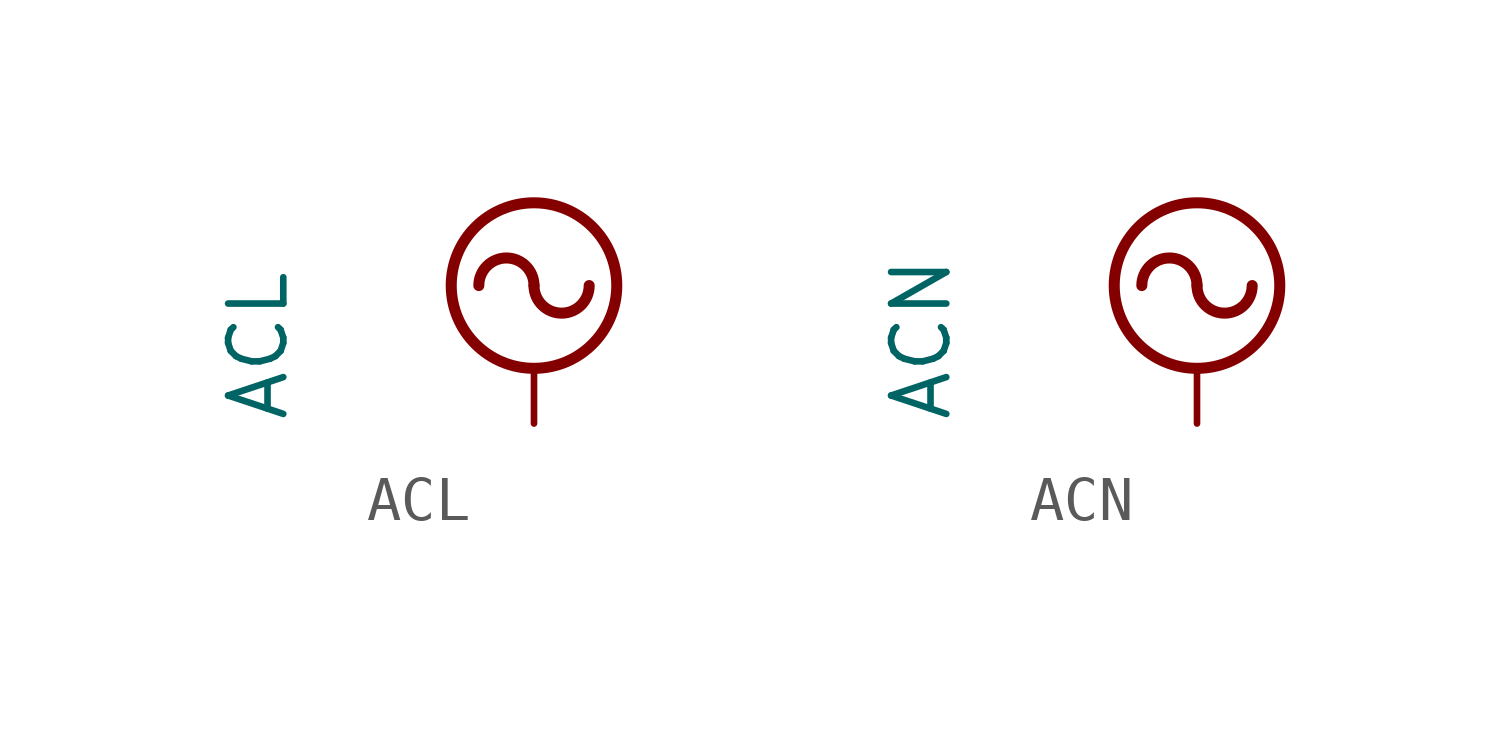
<source format=kicad_sym>
(kicad_symbol_lib
  (version 20211014)
  (generator kicad_symbol_editor)
  (symbol "ACL"
    (power)
    (pin_names
      (offset 0))
    (property "Reference" "#PWR?"
      (at 2.54 0 0)
      (effects (font (size 1.27 1.27)) hide))
    (property "Value" "ACL"
      (at -6.35 0.0001 90)
      (effects (font (size 1.27 1.27)) (justify left)))
    (symbol "ACL_0_1"
      (polyline (pts (xy 0 0) (xy 0 1.27)) (stroke (width 0) (type default) (color 0 0 0 0)) (fill (type none)))
      (arc (start 0 3.175) (mid -0.635 3.81) (end -1.27 3.175) (stroke (width 0.254) (type default) (color 0 0 0 0)) (fill (type none)))
      (arc (start 0 3.175) (mid 0.635 2.54) (end 1.27 3.175) (stroke (width 0.254) (type default) (color 0 0 0 0)) (fill (type none)))
      (circle (center 0 3.175) (radius 1.905) (stroke (width 0.254) (type default) (color 0 0 0 0)) (fill (type none))))
    (symbol "ACL_1_1"
      (pin power_in line (at 0 0 90) (length 0) hide (name "AC" (effects (font (size 1.27 1.27)))) (number "1" (effects (font (size 1.27 1.27)))))))
  (symbol "ACN"
    (power)
    (pin_names
      (offset 0))
    (property "Reference" "#PWR?"
      (at 2.54 0 0)
      (effects (font (size 1.27 1.27)) hide))
    (property "Value" "ACN"
      (at -6.35 0.0001 90)
      (effects (font (size 1.27 1.27)) (justify left)))
    (symbol "ACN_0_1"
      (polyline (pts (xy 0 0) (xy 0 1.27)) (stroke (width 0) (type default) (color 0 0 0 0)) (fill (type none)))
      (arc (start 0 3.175) (mid -0.635 3.81) (end -1.27 3.175) (stroke (width 0.254) (type default) (color 0 0 0 0)) (fill (type none)))
      (arc (start 0 3.175) (mid 0.635 2.54) (end 1.27 3.175) (stroke (width 0.254) (type default) (color 0 0 0 0)) (fill (type none)))
      (circle (center 0 3.175) (radius 1.905) (stroke (width 0.254) (type default) (color 0 0 0 0)) (fill (type none))))
    (symbol "ACN_1_1"
      (pin power_in line (at 0 0 90) (length 0) hide (name "AC" (effects (font (size 1.27 1.27)))) (number "1" (effects (font (size 1.27 1.27))))))))
</source>
